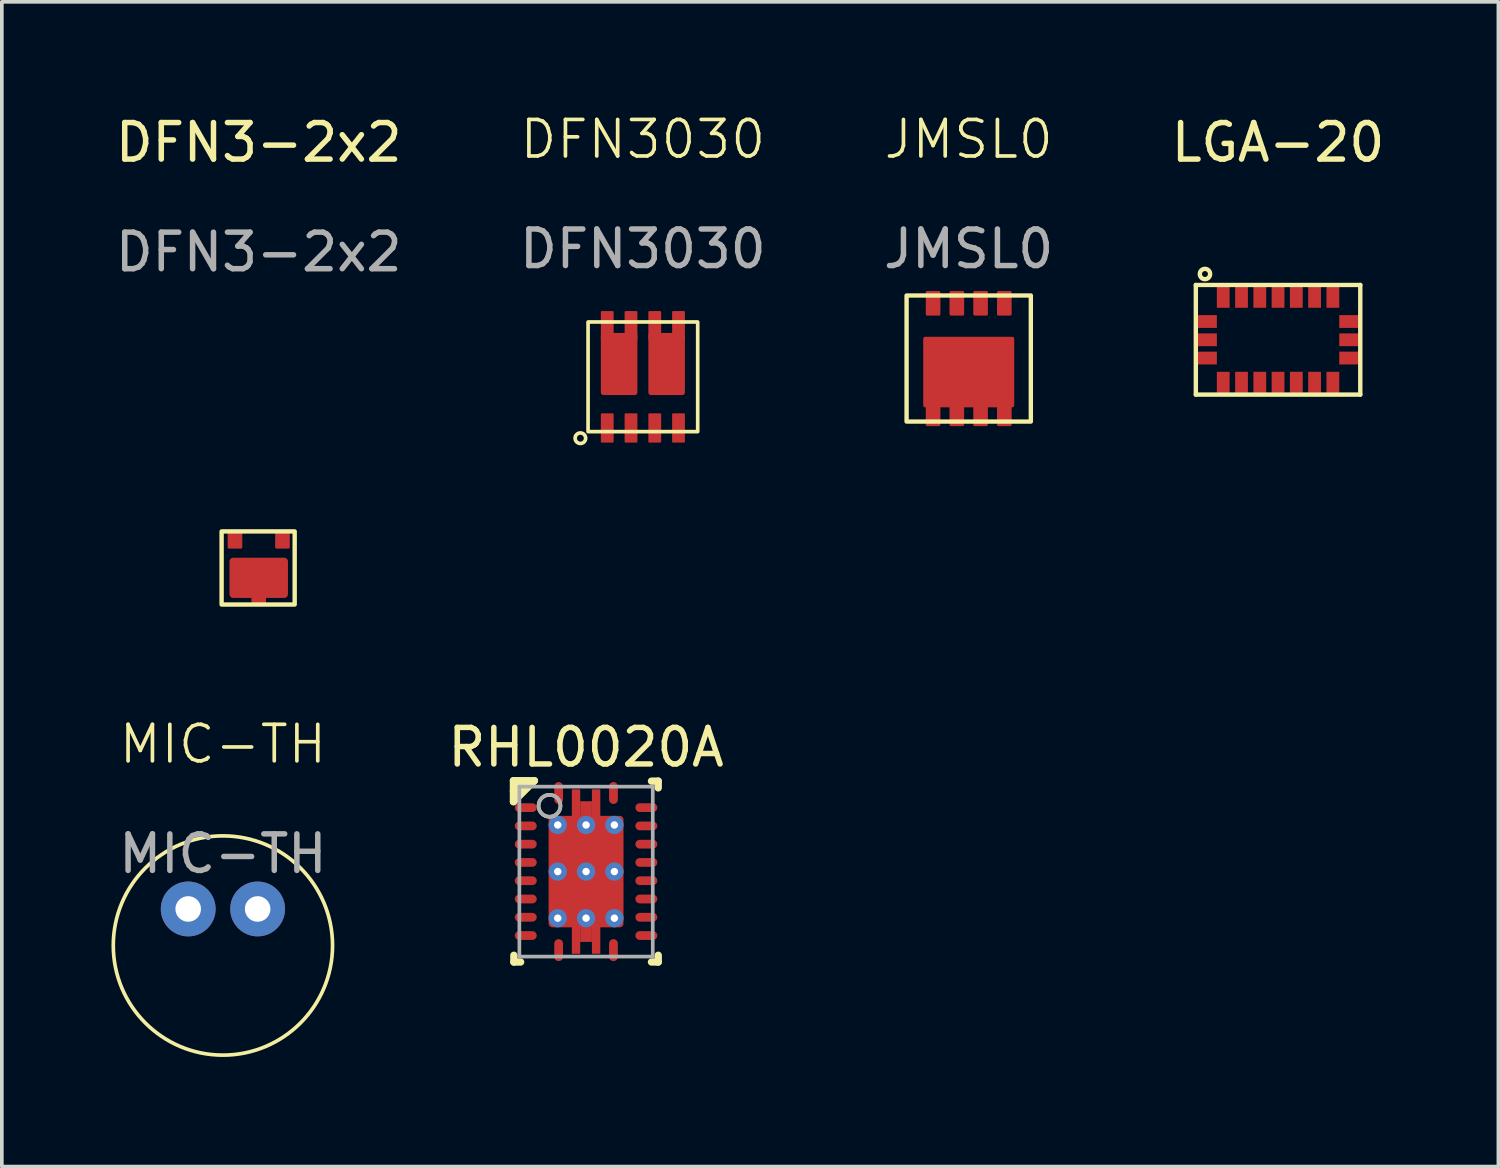
<source format=kicad_pcb>
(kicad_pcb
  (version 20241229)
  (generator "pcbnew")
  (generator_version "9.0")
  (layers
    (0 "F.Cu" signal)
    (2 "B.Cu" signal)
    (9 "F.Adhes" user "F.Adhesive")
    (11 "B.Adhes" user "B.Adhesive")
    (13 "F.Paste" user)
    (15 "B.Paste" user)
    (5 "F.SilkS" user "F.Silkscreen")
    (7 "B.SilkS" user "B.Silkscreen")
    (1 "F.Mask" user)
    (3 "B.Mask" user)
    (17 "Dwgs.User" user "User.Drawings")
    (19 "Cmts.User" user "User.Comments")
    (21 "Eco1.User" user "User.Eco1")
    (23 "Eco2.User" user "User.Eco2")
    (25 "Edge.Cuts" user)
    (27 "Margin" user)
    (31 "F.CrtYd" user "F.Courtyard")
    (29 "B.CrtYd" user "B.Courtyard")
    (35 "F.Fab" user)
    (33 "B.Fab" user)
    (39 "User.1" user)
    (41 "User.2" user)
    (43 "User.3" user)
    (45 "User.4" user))
  (footprint "JMSL0"
    (layer "F.Cu")
    (at 23.458 6.761)
    (property "Reference" "JMSL0" (at 0 -6 0) (unlocked yes) (layer "F.SilkS") (effects (font (size 1 1) (thickness 0.1))))
    (attr smd)
    (fp_rect (start -1.7 -1.725) (end 1.7 1.725) (stroke (width 0.12) (type solid)) (fill no) (layer "F.SilkS"))
    (fp_text user "${REFERENCE}" (at 0 -3 0) (unlocked yes) (layer "F.Fab") (effects (font (size 1 1) (thickness 0.15))))
    (pad "1" smd roundrect (at -0.975 1.512 90) (size 0.675 0.4) (layers "F.Cu" "F.Mask" "F.Paste") (roundrect_rratio 0.1))
    (pad "1" smd roundrect (at -0.325 1.512 90) (size 0.675 0.4) (layers "F.Cu" "F.Mask" "F.Paste") (roundrect_rratio 0.1))
    (pad "1" smd roundrect (at 0 0.37 180) (size 2.49 1.93) (layers "F.Cu" "F.Mask" "F.Paste") (roundrect_rratio 0.026))
    (pad "1" smd roundrect (at 0.325 1.512 90) (size 0.675 0.4) (layers "F.Cu" "F.Mask" "F.Paste") (roundrect_rratio 0.1))
    (pad "1" smd roundrect (at 0.975 1.512 90) (size 0.675 0.4) (layers "F.Cu" "F.Mask" "F.Paste") (roundrect_rratio 0.1))
    (pad "2" smd roundrect (at -0.975 -1.512 90) (size 0.675 0.4) (layers "F.Cu" "F.Mask" "F.Paste") (roundrect_rratio 0.1))
    (pad "3" smd roundrect (at -0.325 -1.512 90) (size 0.675 0.4) (layers "F.Cu" "F.Mask" "F.Paste") (roundrect_rratio 0.1))
    (pad "3" smd roundrect (at 0.325 -1.512 90) (size 0.675 0.4) (layers "F.Cu" "F.Mask" "F.Paste") (roundrect_rratio 0.1))
    (pad "3" smd roundrect (at 0.975 -1.512 90) (size 0.675 0.4) (layers "F.Cu" "F.Mask" "F.Paste") (roundrect_rratio 0.1)))
  (footprint "DFN3-2x2"
    (layer "F.Cu")
    (at 4.03 12.508)
    (property "Reference" "DFN3-2x2" (at 0 -11.66 0) (unlocked yes) (layer "F.SilkS") (effects (font (size 1 1) (thickness 0.15))))
    (attr smd)
    (fp_rect (start -1.016 -1.016) (end 0.984 0.984) (stroke (width 0.12) (type solid)) (fill no) (layer "F.SilkS"))
    (fp_text user "${REFERENCE}" (at 0 -8.66 0) (unlocked yes) (layer "F.Fab") (effects (font (size 1 1) (thickness 0.15))))
    (pad "1" smd roundrect (at -0.65 -0.796) (size 0.4 0.5) (layers "F.Cu" "F.Mask" "F.Paste") (roundrect_rratio 0.091))
    (pad "2" smd roundrect (at 0.65 -0.796) (size 0.4 0.5) (layers "F.Cu" "F.Mask" "F.Paste") (roundrect_rratio 0.091))
    (pad "3" smd roundrect (at 0 0.254) (size 1.6 1.1) (layers "F.Cu" "F.Mask" "F.Paste") (roundrect_rratio 0.091))
    (pad "3" smd roundrect (at 0 0.804) (size 0.4 0.4) (layers "F.Cu" "F.Mask" "F.Paste") (roundrect_rratio 0.091)))
  (footprint "LGA-20"
    (layer "F.Cu")
    (at 31.923 6.248)
    (property "Reference" "LGA-20" (at 0 -5.4 0) (layer "F.SilkS") (effects (font (size 1 1) (thickness 0.15))))
    (attr through_hole)
    (fp_line (start -2.25 -1.5) (end 2.25 -1.5) (stroke (width 0.12) (type solid)) (layer "F.SilkS"))
    (fp_line (start -2.25 1.5) (end -2.25 -1.5) (stroke (width 0.12) (type solid)) (layer "F.SilkS"))
    (fp_line (start 2.25 -1.5) (end 2.25 1.5) (stroke (width 0.12) (type solid)) (layer "F.SilkS"))
    (fp_line (start 2.25 1.5) (end -2.25 1.5) (stroke (width 0.12) (type solid)) (layer "F.SilkS"))
    (fp_circle (center -2 -1.8) (end -1.9 -1.7) (stroke (width 0.12) (type solid)) (fill no) (layer "F.SilkS"))
    (pad "1" smd rect (at -1.5 -1.163 90) (size 0.575 0.35) (layers "F.Cu" "F.Mask" "F.Paste"))
    (pad "2" smd rect (at -1 -1.163 90) (size 0.575 0.35) (layers "F.Cu" "F.Mask" "F.Paste"))
    (pad "3" smd rect (at -0.5 -1.163 90) (size 0.575 0.35) (layers "F.Cu" "F.Mask" "F.Paste"))
    (pad "4" smd rect (at 0 -1.163 90) (size 0.575 0.35) (layers "F.Cu" "F.Mask" "F.Paste"))
    (pad "5" smd rect (at 0.5 -1.163 90) (size 0.575 0.35) (layers "F.Cu" "F.Mask" "F.Paste"))
    (pad "6" smd rect (at 1 -1.163 90) (size 0.575 0.35) (layers "F.Cu" "F.Mask" "F.Paste"))
    (pad "7" smd rect (at 1.5 -1.163 90) (size 0.575 0.35) (layers "F.Cu" "F.Mask" "F.Paste"))
    (pad "8" smd rect (at 1.962 -0.5) (size 0.575 0.35) (layers "F.Cu" "F.Mask" "F.Paste"))
    (pad "9" smd rect (at 1.962 0) (size 0.575 0.35) (layers "F.Cu" "F.Mask" "F.Paste"))
    (pad "10" smd rect (at 1.962 0.5) (size 0.575 0.35) (layers "F.Cu" "F.Mask" "F.Paste"))
    (pad "11" smd rect (at 1.5 1.163 270) (size 0.575 0.35) (layers "F.Cu" "F.Mask" "F.Paste"))
    (pad "12" smd rect (at 1 1.163 90) (size 0.575 0.35) (layers "F.Cu" "F.Mask" "F.Paste"))
    (pad "13" smd rect (at 0.5 1.163 270) (size 0.575 0.35) (layers "F.Cu" "F.Mask" "F.Paste"))
    (pad "14" smd rect (at 0 1.163 270) (size 0.575 0.35) (layers "F.Cu" "F.Mask" "F.Paste"))
    (pad "15" smd rect (at -0.5 1.163 270) (size 0.575 0.35) (layers "F.Cu" "F.Mask" "F.Paste"))
    (pad "16" smd rect (at -1 1.163 270) (size 0.575 0.35) (layers "F.Cu" "F.Mask" "F.Paste"))
    (pad "17" smd rect (at -1.5 1.163 270) (size 0.575 0.35) (layers "F.Cu" "F.Mask" "F.Paste"))
    (pad "18" smd rect (at -1.962 0.5 180) (size 0.575 0.35) (layers "F.Cu" "F.Mask" "F.Paste"))
    (pad "19" smd rect (at -1.962 0 180) (size 0.575 0.35) (layers "F.Cu" "F.Mask" "F.Paste"))
    (pad "20" smd rect (at -1.962 -0.5 180) (size 0.575 0.35) (layers "F.Cu" "F.Mask" "F.Paste")))
  (footprint "MIC-TH"
    (layer "F.Cu")
    (at 3.05 22.823)
    (property "Reference" "MIC-TH" (at 0 -5.51 0) (unlocked yes) (layer "F.SilkS") (effects (font (size 1 1) (thickness 0.1))))
    (attr through_hole)
    (fp_circle (center 0 0) (end 3 0) (stroke (width 0.1) (type default)) (fill no) (layer "F.SilkS"))
    (fp_text user "${REFERENCE}" (at 0 -2.51 0) (unlocked yes) (layer "F.Fab") (effects (font (size 1 1) (thickness 0.15))))
    (pad "1" thru_hole circle (at 0.95 -1) (size 1.5 1.5) (drill 0.7) (layers "*.Cu" "*.Mask"))
    (pad "2" thru_hole circle (at -0.95 -1) (size 1.5 1.5) (drill 0.7) (layers "*.Cu" "*.Mask")))
  (footprint "DFN3030"
    (layer "F.Cu")
    (at 14.542 7.261)
    (property "Reference" "DFN3030" (at 0 -6.5 0) (unlocked yes) (layer "F.SilkS") (effects (font (size 1 1) (thickness 0.1))))
    (attr smd)
    (fp_rect (start -1.5 -1.5) (end 1.5 1.5) (stroke (width 0.1) (type default)) (fill no) (layer "F.SilkS"))
    (fp_circle (center -1.71 1.68) (end -1.59 1.76) (stroke (width 0.1) (type default)) (fill no) (layer "F.SilkS"))
    (fp_text user "${REFERENCE}" (at 0 -3.5 0) (unlocked yes) (layer "F.Fab") (effects (font (size 1 1) (thickness 0.15))))
    (pad "D1" smd roundrect (at -0.975 -1.398) (size 0.35 0.8) (layers "F.Cu" "F.Mask" "F.Paste") (roundrect_rratio 0.071))
    (pad "D1" smd roundrect (at -0.65 -0.35) (size 1 1.7) (layers "F.Cu" "F.Mask" "F.Paste") (roundrect_rratio 0.071))
    (pad "D1" smd roundrect (at -0.325 -1.398) (size 0.35 0.8) (layers "F.Cu" "F.Mask" "F.Paste") (roundrect_rratio 0.071))
    (pad "D2" smd roundrect (at 0.325 -1.398) (size 0.35 0.8) (layers "F.Cu" "F.Mask" "F.Paste") (roundrect_rratio 0.071))
    (pad "D2" smd roundrect (at 0.65 -0.35) (size 1 1.7) (layers "F.Cu" "F.Mask" "F.Paste") (roundrect_rratio 0.071))
    (pad "D2" smd roundrect (at 0.975 -1.398) (size 0.35 0.8) (layers "F.Cu" "F.Mask" "F.Paste") (roundrect_rratio 0.071))
    (pad "G1" smd roundrect (at -0.325 1.4) (size 0.35 0.8) (layers "F.Cu" "F.Mask" "F.Paste") (roundrect_rratio 0.071))
    (pad "G2" smd roundrect (at 0.975 1.4) (size 0.35 0.8) (layers "F.Cu" "F.Mask" "F.Paste") (roundrect_rratio 0.071))
    (pad "S1" smd roundrect (at -0.975 1.4) (size 0.35 0.8) (layers "F.Cu" "F.Mask" "F.Paste") (roundrect_rratio 0.071))
    (pad "S2" smd roundrect (at 0.325 1.4) (size 0.35 0.8) (layers "F.Cu" "F.Mask" "F.Paste") (roundrect_rratio 0.071)))
  (footprint "RHL0020A"
    (layer "F.Cu")
    (at 12.987 20.8)
    (property "Reference" "RHL0020A" (at 0 -3.4 0) (unlocked yes) (layer "F.SilkS") (effects (font (size 1 1) (thickness 0.15))))
    (attr smd)
    (fp_line (start -1.987 -2.487) (end -1.413 -2.487) (stroke (width 0.2) (type solid)) (layer "F.SilkS"))
    (fp_line (start -1.987 -2.2) (end -1.6 -2.475) (stroke (width 0.2) (type solid)) (layer "F.SilkS"))
    (fp_line (start -1.987 -1.913) (end -1.987 -2.487) (stroke (width 0.2) (type solid)) (layer "F.SilkS"))
    (fp_line (start -1.987 -1.913) (end -1.413 -2.487) (stroke (width 0.2) (type solid)) (layer "F.SilkS"))
    (fp_line (start -1.975 2.475) (end -1.975 2.29) (stroke (width 0.2) (type solid)) (layer "F.SilkS"))
    (fp_line (start -1.975 2.475) (end -1.79 2.475) (stroke (width 0.2) (type solid)) (layer "F.SilkS"))
    (fp_line (start -1.975 -2.475) (end -1.6 -2.475) (stroke (width 0.2) (type solid)) (layer "F.SilkS"))
    (fp_line (start -1.975 -2.1) (end -1.975 -2.475) (stroke (width 0.2) (type solid)) (layer "F.SilkS"))
    (fp_line (start 1.79 -2.475) (end 1.975 -2.475) (stroke (width 0.2) (type solid)) (layer "F.SilkS"))
    (fp_line (start 1.79 2.475) (end 1.975 2.475) (stroke (width 0.2) (type solid)) (layer "F.SilkS"))
    (fp_line (start 1.975 -2.29) (end 1.975 -2.475) (stroke (width 0.2) (type solid)) (layer "F.SilkS"))
    (fp_line (start 1.975 2.475) (end 1.975 2.29) (stroke (width 0.2) (type solid)) (layer "F.SilkS"))
    (fp_circle (center -1 -1.8) (end -0.7 -1.8) (stroke (width 0.1) (type solid)) (fill no) (layer "F.SilkS"))
    (fp_poly (pts (xy -0.39 -1.628) (xy 0.39 -1.628) (xy 0.39 -1.925) (xy -0.39 -1.925)) (stroke (width 0) (type solid)) (fill yes) (layer "F.Paste"))
    (fp_poly (pts (xy -0.39 1.925) (xy 0.39 1.925) (xy 0.39 1.628) (xy -0.39 1.628)) (stroke (width 0) (type solid)) (fill yes) (layer "F.Paste"))
    (fp_poly (pts (xy -0.1 -1.428) (xy -1.017 -1.428) (xy -1.017 -0.1) (xy -0.1 -0.1)) (stroke (width 0) (type solid)) (fill yes) (layer "F.Paste"))
    (fp_poly (pts (xy -0.1 0.1) (xy -1.017 0.1) (xy -1.017 1.428) (xy -0.1 1.428)) (stroke (width 0) (type solid)) (fill yes) (layer "F.Paste"))
    (fp_poly (pts (xy 0.1 -0.1) (xy 1.017 -0.1) (xy 1.017 -1.428) (xy 0.1 -1.428)) (stroke (width 0) (type solid)) (fill yes) (layer "F.Paste"))
    (fp_poly (pts (xy 0.1 1.428) (xy 1.017 1.428) (xy 1.017 0.1) (xy 0.1 0.1)) (stroke (width 0) (type solid)) (fill yes) (layer "F.Paste"))
    (fp_line (start -1.825 -2.325) (end 1.825 -2.325) (stroke (width 0.1) (type solid)) (layer "F.Fab"))
    (fp_line (start -1.825 2.325) (end -1.825 -2.325) (stroke (width 0.1) (type solid)) (layer "F.Fab"))
    (fp_line (start -1.825 2.325) (end 1.825 2.325) (stroke (width 0.1) (type solid)) (layer "F.Fab"))
    (fp_line (start 1.825 2.325) (end 1.825 -2.325) (stroke (width 0.1) (type solid)) (layer "F.Fab"))
    (fp_circle (center -1 -1.8) (end -0.7 -1.8) (stroke (width 0.1) (type solid)) (fill no) (layer "F.Fab"))
    (pad "0" thru_hole circle (at -0.775 -1.275) (size 0.5 0.5) (drill 0.203) (layers "*.Cu" "*.Mask"))
    (pad "0" thru_hole circle (at -0.775 0) (size 0.5 0.5) (drill 0.203) (layers "*.Cu" "*.Mask"))
    (pad "0" thru_hole circle (at -0.775 1.275) (size 0.5 0.5) (drill 0.203) (layers "*.Cu" "*.Mask"))
    (pad "0" smd roundrect (at -0.275 -1.875) (size 0.23 0.75) (layers "F.Cu" "F.Mask" "F.Paste") (roundrect_rratio 0.049))
    (pad "0" smd roundrect (at -0.275 1.875) (size 0.23 0.75) (layers "F.Cu" "F.Mask" "F.Paste") (roundrect_rratio 0.049))
    (pad "0" smd rect (at 0 -1.675) (size 0.32 0.5) (layers "F.Cu" "F.Mask" "F.Paste"))
    (pad "0" thru_hole circle (at 0 -1.275) (size 0.5 0.5) (drill 0.203) (layers "*.Cu" "*.Mask"))
    (pad "0" thru_hole circle (at 0 0) (size 0.5 0.5) (drill 0.203) (layers "*.Cu" "*.Mask"))
    (pad "0" thru_hole circle (at 0 1.275) (size 0.5 0.5) (drill 0.203) (layers "*.Cu" "*.Mask"))
    (pad "0" smd rect (at 0 1.675) (size 0.32 0.5) (layers "F.Cu" "F.Mask" "F.Paste"))
    (pad "0" smd roundrect (at 0.000081 0.000079) (size 2.05 3.05) (layers "F.Cu" "F.Mask" "F.Paste") (roundrect_rratio 0.049))
    (pad "0" smd roundrect (at 0.275 -1.875) (size 0.23 0.75) (layers "F.Cu" "F.Mask" "F.Paste") (roundrect_rratio 0.049))
    (pad "0" smd roundrect (at 0.275 1.875) (size 0.23 0.75) (layers "F.Cu" "F.Mask" "F.Paste") (roundrect_rratio 0.049))
    (pad "0" thru_hole circle (at 0.775 -1.275) (size 0.5 0.5) (drill 0.203) (layers "*.Cu" "*.Mask"))
    (pad "0" thru_hole circle (at 0.775 0) (size 0.5 0.5) (drill 0.203) (layers "*.Cu" "*.Mask"))
    (pad "0" thru_hole circle (at 0.775 1.275) (size 0.5 0.5) (drill 0.203) (layers "*.Cu" "*.Mask"))
    (pad "1" smd oval (at -0.75 -2.15) (size 0.24 0.6) (layers "F.Cu" "F.Mask" "F.Paste"))
    (pad "2" smd oval (at -1.65 -1.75 90) (size 0.24 0.6) (layers "F.Cu" "F.Mask" "F.Paste"))
    (pad "3" smd oval (at -1.65 -1.25 90) (size 0.24 0.6) (layers "F.Cu" "F.Mask" "F.Paste"))
    (pad "4" smd oval (at -1.65 -0.75 90) (size 0.24 0.6) (layers "F.Cu" "F.Mask" "F.Paste"))
    (pad "5" smd oval (at -1.65 -0.25 90) (size 0.24 0.6) (layers "F.Cu" "F.Mask" "F.Paste"))
    (pad "6" smd oval (at -1.65 0.25 90) (size 0.24 0.6) (layers "F.Cu" "F.Mask" "F.Paste"))
    (pad "7" smd oval (at -1.65 0.75 90) (size 0.24 0.6) (layers "F.Cu" "F.Mask" "F.Paste"))
    (pad "8" smd oval (at -1.65 1.25 90) (size 0.24 0.6) (layers "F.Cu" "F.Mask" "F.Paste"))
    (pad "9" smd oval (at -1.65 1.75 90) (size 0.24 0.6) (layers "F.Cu" "F.Mask" "F.Paste"))
    (pad "10" smd oval (at -0.75 2.15) (size 0.24 0.6) (layers "F.Cu" "F.Mask" "F.Paste"))
    (pad "11" smd oval (at 0.75 2.15) (size 0.24 0.6) (layers "F.Cu" "F.Mask" "F.Paste"))
    (pad "12" smd oval (at 1.65 1.75 90) (size 0.24 0.6) (layers "F.Cu" "F.Mask" "F.Paste"))
    (pad "13" smd oval (at 1.65 1.25 90) (size 0.24 0.6) (layers "F.Cu" "F.Mask" "F.Paste"))
    (pad "14" smd oval (at 1.65 0.75 90) (size 0.24 0.6) (layers "F.Cu" "F.Mask" "F.Paste"))
    (pad "15" smd oval (at 1.65 0.25 90) (size 0.24 0.6) (layers "F.Cu" "F.Mask" "F.Paste"))
    (pad "16" smd oval (at 1.65 -0.25 90) (size 0.24 0.6) (layers "F.Cu" "F.Mask" "F.Paste"))
    (pad "17" smd oval (at 1.65 -0.75 90) (size 0.24 0.6) (layers "F.Cu" "F.Mask" "F.Paste"))
    (pad "18" smd oval (at 1.65 -1.25 90) (size 0.24 0.6) (layers "F.Cu" "F.Mask" "F.Paste"))
    (pad "19" smd oval (at 1.65 -1.75 90) (size 0.24 0.6) (layers "F.Cu" "F.Mask" "F.Paste"))
    (pad "20" smd oval (at 0.75 -2.15) (size 0.24 0.6) (layers "F.Cu" "F.Mask" "F.Paste"))
    (pad "21" smd rect (at 0.000081 0.000079 90) (size 0.3 0.3) (layers "F.Cu" "F.Mask")))
  (gr_rect
    (start -3 -3)
    (end 37.952 28.873)
    (stroke (width 0.1) (type default))
    (fill no)
    (layer "Edge.Cuts")))
</source>
